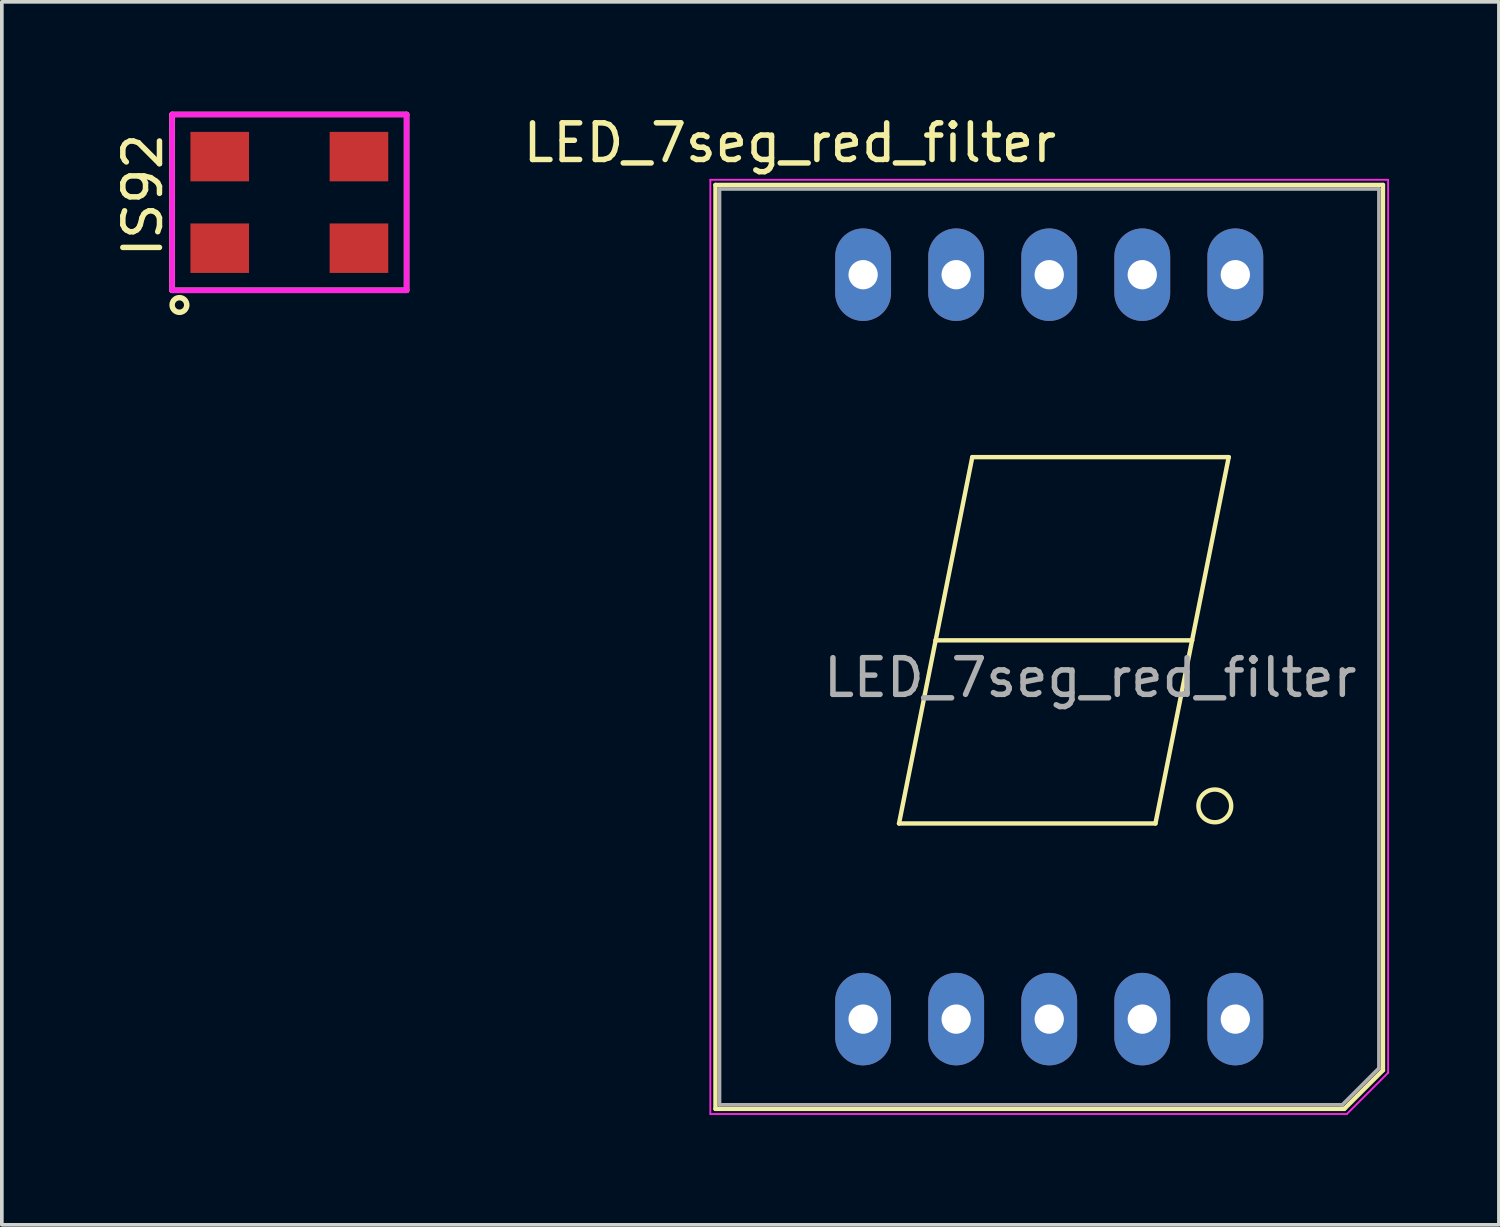
<source format=kicad_pcb>
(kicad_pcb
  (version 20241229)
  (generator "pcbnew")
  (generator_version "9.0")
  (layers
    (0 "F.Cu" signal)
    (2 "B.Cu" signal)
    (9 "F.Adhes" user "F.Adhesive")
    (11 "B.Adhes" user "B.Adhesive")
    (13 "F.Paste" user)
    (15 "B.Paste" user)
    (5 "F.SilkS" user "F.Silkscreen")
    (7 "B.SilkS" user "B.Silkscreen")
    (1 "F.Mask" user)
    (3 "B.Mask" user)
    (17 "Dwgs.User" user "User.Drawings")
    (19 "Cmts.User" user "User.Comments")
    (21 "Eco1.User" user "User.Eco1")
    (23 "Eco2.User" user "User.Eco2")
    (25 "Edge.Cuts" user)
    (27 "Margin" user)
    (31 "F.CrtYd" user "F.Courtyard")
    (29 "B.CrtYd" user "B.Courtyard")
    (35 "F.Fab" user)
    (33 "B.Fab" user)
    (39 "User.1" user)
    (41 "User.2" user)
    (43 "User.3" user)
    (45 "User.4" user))
  (footprint "IS92"
    (layer "F.Cu")
    (at 4.848 2.475)
    (property "Reference" "IS92" (at -4 -0.2 90) (layer "F.SilkS") (effects (font (size 1 1) (thickness 0.15))))
    (attr through_hole)
    (fp_line (start -3.2 -2.4) (end -3.2 2.4) (stroke (width 0.15) (type solid)) (layer "F.SilkS"))
    (fp_line (start -3.2 2.4) (end 3.2 2.4) (stroke (width 0.15) (type solid)) (layer "F.SilkS"))
    (fp_line (start 3.2 -2.4) (end -3.2 -2.4) (stroke (width 0.15) (type solid)) (layer "F.SilkS"))
    (fp_line (start 3.2 2.4) (end 3.2 -2.4) (stroke (width 0.15) (type solid)) (layer "F.SilkS"))
    (fp_circle (center -3 2.8) (end -3 3) (stroke (width 0.15) (type solid)) (fill no) (layer "F.SilkS"))
    (fp_line (start -3.2 -2.4) (end -3.2 2.4) (stroke (width 0.15) (type solid)) (layer "F.CrtYd"))
    (fp_line (start -3.2 2.4) (end 3.2 2.4) (stroke (width 0.15) (type solid)) (layer "F.CrtYd"))
    (fp_line (start 3.2 -2.4) (end -3.2 -2.4) (stroke (width 0.15) (type solid)) (layer "F.CrtYd"))
    (fp_line (start 3.2 2.4) (end 3.2 -2.4) (stroke (width 0.15) (type solid)) (layer "F.CrtYd"))
    (pad "1" smd rect (at -1.9 1.25) (size 1.6 1.35) (layers "F.Cu" "F.Mask" "F.Paste"))
    (pad "2" smd rect (at 1.9 1.25) (size 1.6 1.35) (layers "F.Cu" "F.Mask" "F.Paste"))
    (pad "3" smd rect (at 1.9 -1.25) (size 1.6 1.35) (layers "F.Cu" "F.Mask" "F.Paste"))
    (pad "4" smd rect (at -1.9 -1.25) (size 1.6 1.35) (layers "F.Cu" "F.Mask" "F.Paste")))
  (footprint "LED_7seg_red_filter"
    (layer "F.Cu")
    (at 20.51 4.448)
    (property "Reference" "LED_7seg_red_filter" (at -2 -3.6 0) (layer "F.SilkS") (effects (font (size 1 1) (thickness 0.15))))
    (attr through_hole)
    (fp_line (start -4.03 -2.45) (end -4.03 22.77) (stroke (width 0.12) (type solid)) (layer "F.SilkS"))
    (fp_line (start -4.03 -2.45) (end 14.19 -2.45) (stroke (width 0.12) (type solid)) (layer "F.SilkS"))
    (fp_line (start -4.03 22.77) (end 13.135 22.77) (stroke (width 0.12) (type solid)) (layer "F.SilkS"))
    (fp_line (start 0.98 14.98) (end 7.98 14.98) (stroke (width 0.12) (type solid)) (layer "F.SilkS"))
    (fp_line (start 1.98 9.98) (end 0.98 14.98) (stroke (width 0.12) (type solid)) (layer "F.SilkS"))
    (fp_line (start 2.98 4.98) (end 1.98 9.98) (stroke (width 0.12) (type solid)) (layer "F.SilkS"))
    (fp_line (start 2.98 4.98) (end 9.98 4.98) (stroke (width 0.12) (type solid)) (layer "F.SilkS"))
    (fp_line (start 7.98 14.98) (end 8.98 9.98) (stroke (width 0.12) (type solid)) (layer "F.SilkS"))
    (fp_line (start 8.98 9.98) (end 1.98 9.98) (stroke (width 0.12) (type solid)) (layer "F.SilkS"))
    (fp_line (start 9.98 4.98) (end 8.98 9.98) (stroke (width 0.12) (type solid)) (layer "F.SilkS"))
    (fp_line (start 13.135 22.77) (end 14.19 21.715) (stroke (width 0.12) (type solid)) (layer "F.SilkS"))
    (fp_line (start 14.19 21.715) (end 14.19 -2.45) (stroke (width 0.12) (type solid)) (layer "F.SilkS"))
    (fp_circle (center 9.6 14.5) (end 10.047 14.5) (stroke (width 0.12) (type solid)) (fill no) (layer "F.SilkS"))
    (fp_line (start -4.17 -2.59) (end -4.17 22.91) (stroke (width 0.05) (type solid)) (layer "F.CrtYd"))
    (fp_line (start -4.17 -2.59) (end 14.33 -2.59) (stroke (width 0.05) (type solid)) (layer "F.CrtYd"))
    (fp_line (start -4.17 22.91) (end 13.205 22.91) (stroke (width 0.05) (type solid)) (layer "F.CrtYd"))
    (fp_line (start 13.205 22.91) (end 14.33 21.785) (stroke (width 0.05) (type solid)) (layer "F.CrtYd"))
    (fp_line (start 14.33 -2.59) (end 14.33 21.785) (stroke (width 0.05) (type solid)) (layer "F.CrtYd"))
    (fp_line (start -3.92 -2.34) (end -3.92 22.66) (stroke (width 0.1) (type solid)) (layer "F.Fab"))
    (fp_line (start -3.92 -2.34) (end 14.08 -2.34) (stroke (width 0.1) (type solid)) (layer "F.Fab"))
    (fp_line (start -3.92 22.66) (end 13.08 22.66) (stroke (width 0.1) (type solid)) (layer "F.Fab"))
    (fp_line (start 14.08 21.66) (end 13.08 22.66) (stroke (width 0.1) (type solid)) (layer "F.Fab"))
    (fp_line (start 14.08 21.66) (end 14.08 -2.34) (stroke (width 0.1) (type solid)) (layer "F.Fab"))
    (fp_text user "${REFERENCE}" (at 6.2 11 0) (layer "F.Fab") (effects (font (size 1 1) (thickness 0.15))))
    (pad "1" thru_hole oval (at 0 0 270) (size 2.524 1.524) (drill 0.8) (layers "*.Cu" "*.Mask"))
    (pad "2" thru_hole oval (at 2.54 0 270) (size 2.524 1.524) (drill 0.8) (layers "*.Cu" "*.Mask"))
    (pad "3" thru_hole oval (at 5.08 0 270) (size 2.524 1.524) (drill 0.8) (layers "*.Cu" "*.Mask"))
    (pad "4" thru_hole oval (at 7.62 0 270) (size 2.524 1.524) (drill 0.8) (layers "*.Cu" "*.Mask"))
    (pad "5" thru_hole oval (at 10.16 0 270) (size 2.524 1.524) (drill 0.8) (layers "*.Cu" "*.Mask"))
    (pad "6" thru_hole oval (at 10.16 20.32 270) (size 2.524 1.524) (drill 0.8) (layers "*.Cu" "*.Mask"))
    (pad "7" thru_hole oval (at 7.62 20.32 270) (size 2.524 1.524) (drill 0.8) (layers "*.Cu" "*.Mask"))
    (pad "8" thru_hole oval (at 5.08 20.32 270) (size 2.524 1.524) (drill 0.8) (layers "*.Cu" "*.Mask"))
    (pad "9" thru_hole oval (at 2.54 20.32 270) (size 2.524 1.524) (drill 0.8) (layers "*.Cu" "*.Mask"))
    (pad "10" thru_hole oval (at 0 20.32 270) (size 2.524 1.524) (drill 0.8) (layers "*.Cu" "*.Mask")))
  (gr_rect
    (start -3 -3)
    (end 37.865 30.383)
    (stroke (width 0.1) (type default))
    (fill no)
    (layer "Edge.Cuts")))
</source>
